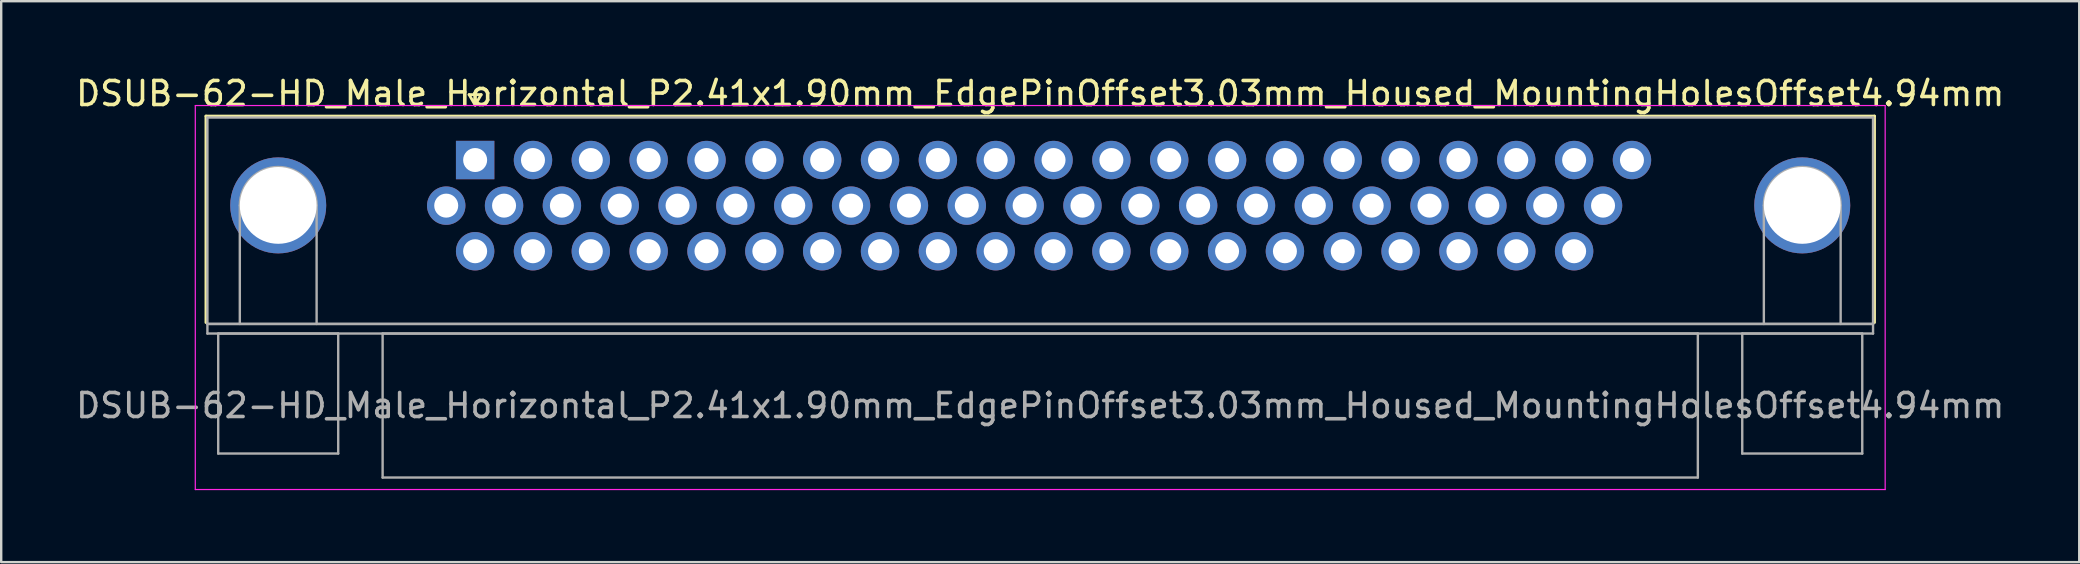
<source format=kicad_pcb>
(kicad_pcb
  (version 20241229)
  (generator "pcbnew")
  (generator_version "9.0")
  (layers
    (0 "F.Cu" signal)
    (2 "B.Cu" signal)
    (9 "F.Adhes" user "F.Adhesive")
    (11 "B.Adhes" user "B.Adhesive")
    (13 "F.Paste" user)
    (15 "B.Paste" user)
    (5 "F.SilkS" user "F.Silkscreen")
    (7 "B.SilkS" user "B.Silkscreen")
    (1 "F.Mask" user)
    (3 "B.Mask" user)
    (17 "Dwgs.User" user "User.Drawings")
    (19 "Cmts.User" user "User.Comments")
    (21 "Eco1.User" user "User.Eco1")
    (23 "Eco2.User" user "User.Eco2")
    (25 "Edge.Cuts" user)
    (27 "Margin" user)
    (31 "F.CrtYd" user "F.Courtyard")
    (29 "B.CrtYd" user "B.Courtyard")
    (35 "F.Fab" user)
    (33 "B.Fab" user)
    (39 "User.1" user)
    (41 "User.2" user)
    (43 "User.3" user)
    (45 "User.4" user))
  (footprint "DSUB-62-HD_Male_Horizontal_P2.41x1.90mm_EdgePinOffset3.03mm_Housed_MountingHolesOffset4.94mm"
    (layer "F.Cu")
    (at 16.747 3.618)
    (property "Reference" "DSUB-62-HD_Male_Horizontal_P2.41x1.90mm_EdgePinOffset3.03mm_Housed_MountingHolesOffset4.94mm" (at 23.545 -2.77 0) (layer "F.SilkS") (effects (font (size 1 1) (thickness 0.15))))
    (attr through_hole)
    (fp_line (start -11.215 -1.83) (end 58.305 -1.83) (stroke (width 0.12) (type solid)) (layer "F.SilkS"))
    (fp_line (start -11.215 6.77) (end -11.215 -1.83) (stroke (width 0.12) (type solid)) (layer "F.SilkS"))
    (fp_line (start -0.25 -2.724) (end 0.25 -2.724) (stroke (width 0.12) (type solid)) (layer "F.SilkS"))
    (fp_line (start 0 -2.291) (end -0.25 -2.724) (stroke (width 0.12) (type solid)) (layer "F.SilkS"))
    (fp_line (start 0.25 -2.724) (end 0 -2.291) (stroke (width 0.12) (type solid)) (layer "F.SilkS"))
    (fp_line (start 58.305 -1.83) (end 58.305 6.77) (stroke (width 0.12) (type solid)) (layer "F.SilkS"))
    (fp_line (start -11.66 -2.27) (end -11.66 13.73) (stroke (width 0.05) (type solid)) (layer "F.CrtYd"))
    (fp_line (start -11.66 13.73) (end 58.75 13.73) (stroke (width 0.05) (type solid)) (layer "F.CrtYd"))
    (fp_line (start 58.75 -2.27) (end -11.66 -2.27) (stroke (width 0.05) (type solid)) (layer "F.CrtYd"))
    (fp_line (start 58.75 13.73) (end 58.75 -2.27) (stroke (width 0.05) (type solid)) (layer "F.CrtYd"))
    (fp_line (start -11.155 -1.77) (end -11.155 6.83) (stroke (width 0.1) (type solid)) (layer "F.Fab"))
    (fp_line (start -11.155 6.83) (end -11.155 7.23) (stroke (width 0.1) (type solid)) (layer "F.Fab"))
    (fp_line (start -11.155 6.83) (end 58.245 6.83) (stroke (width 0.1) (type solid)) (layer "F.Fab"))
    (fp_line (start -11.155 7.23) (end 58.245 7.23) (stroke (width 0.1) (type solid)) (layer "F.Fab"))
    (fp_line (start -10.705 7.23) (end -10.705 12.23) (stroke (width 0.1) (type solid)) (layer "F.Fab"))
    (fp_line (start -10.705 12.23) (end -5.705 12.23) (stroke (width 0.1) (type solid)) (layer "F.Fab"))
    (fp_line (start -9.805 6.83) (end -9.805 1.89) (stroke (width 0.1) (type solid)) (layer "F.Fab"))
    (fp_line (start -6.605 6.83) (end -6.605 1.89) (stroke (width 0.1) (type solid)) (layer "F.Fab"))
    (fp_line (start -5.705 7.23) (end -10.705 7.23) (stroke (width 0.1) (type solid)) (layer "F.Fab"))
    (fp_line (start -5.705 12.23) (end -5.705 7.23) (stroke (width 0.1) (type solid)) (layer "F.Fab"))
    (fp_line (start -3.855 7.23) (end -3.855 13.23) (stroke (width 0.1) (type solid)) (layer "F.Fab"))
    (fp_line (start -3.855 13.23) (end 50.945 13.23) (stroke (width 0.1) (type solid)) (layer "F.Fab"))
    (fp_line (start 50.945 7.23) (end -3.855 7.23) (stroke (width 0.1) (type solid)) (layer "F.Fab"))
    (fp_line (start 50.945 13.23) (end 50.945 7.23) (stroke (width 0.1) (type solid)) (layer "F.Fab"))
    (fp_line (start 52.795 7.23) (end 52.795 12.23) (stroke (width 0.1) (type solid)) (layer "F.Fab"))
    (fp_line (start 52.795 12.23) (end 57.795 12.23) (stroke (width 0.1) (type solid)) (layer "F.Fab"))
    (fp_line (start 53.695 6.83) (end 53.695 1.89) (stroke (width 0.1) (type solid)) (layer "F.Fab"))
    (fp_line (start 56.895 6.83) (end 56.895 1.89) (stroke (width 0.1) (type solid)) (layer "F.Fab"))
    (fp_line (start 57.795 7.23) (end 52.795 7.23) (stroke (width 0.1) (type solid)) (layer "F.Fab"))
    (fp_line (start 57.795 12.23) (end 57.795 7.23) (stroke (width 0.1) (type solid)) (layer "F.Fab"))
    (fp_line (start 58.245 -1.77) (end -11.155 -1.77) (stroke (width 0.1) (type solid)) (layer "F.Fab"))
    (fp_line (start 58.245 6.83) (end -11.155 6.83) (stroke (width 0.1) (type solid)) (layer "F.Fab"))
    (fp_line (start 58.245 6.83) (end 58.245 -1.77) (stroke (width 0.1) (type solid)) (layer "F.Fab"))
    (fp_line (start 58.245 7.23) (end 58.245 6.83) (stroke (width 0.1) (type solid)) (layer "F.Fab"))
    (fp_arc (start -9.805 1.89) (mid -8.205 0.29) (end -6.605 1.89) (stroke (width 0.1) (type solid)) (layer "F.Fab"))
    (fp_arc (start 53.695 1.89) (mid 55.295 0.29) (end 56.895 1.89) (stroke (width 0.1) (type solid)) (layer "F.Fab"))
    (fp_text user "${REFERENCE}" (at 23.545 10.23 0) (layer "F.Fab") (effects (font (size 1 1) (thickness 0.15))))
    (pad "0" thru_hole circle (at -8.205 1.89) (size 4 4) (drill 3.2) (layers "*.Cu" "*.Mask"))
    (pad "0" thru_hole circle (at 55.295 1.89) (size 4 4) (drill 3.2) (layers "*.Cu" "*.Mask"))
    (pad "1" thru_hole rect (at 0 0) (size 1.6 1.6) (drill 1) (layers "*.Cu" "*.Mask"))
    (pad "2" thru_hole circle (at 2.41 0) (size 1.6 1.6) (drill 1) (layers "*.Cu" "*.Mask"))
    (pad "3" thru_hole circle (at 4.82 0) (size 1.6 1.6) (drill 1) (layers "*.Cu" "*.Mask"))
    (pad "4" thru_hole circle (at 7.23 0) (size 1.6 1.6) (drill 1) (layers "*.Cu" "*.Mask"))
    (pad "5" thru_hole circle (at 9.64 0) (size 1.6 1.6) (drill 1) (layers "*.Cu" "*.Mask"))
    (pad "6" thru_hole circle (at 12.05 0) (size 1.6 1.6) (drill 1) (layers "*.Cu" "*.Mask"))
    (pad "7" thru_hole circle (at 14.46 0) (size 1.6 1.6) (drill 1) (layers "*.Cu" "*.Mask"))
    (pad "8" thru_hole circle (at 16.87 0) (size 1.6 1.6) (drill 1) (layers "*.Cu" "*.Mask"))
    (pad "9" thru_hole circle (at 19.28 0) (size 1.6 1.6) (drill 1) (layers "*.Cu" "*.Mask"))
    (pad "10" thru_hole circle (at 21.69 0) (size 1.6 1.6) (drill 1) (layers "*.Cu" "*.Mask"))
    (pad "11" thru_hole circle (at 24.1 0) (size 1.6 1.6) (drill 1) (layers "*.Cu" "*.Mask"))
    (pad "12" thru_hole circle (at 26.51 0) (size 1.6 1.6) (drill 1) (layers "*.Cu" "*.Mask"))
    (pad "13" thru_hole circle (at 28.92 0) (size 1.6 1.6) (drill 1) (layers "*.Cu" "*.Mask"))
    (pad "14" thru_hole circle (at 31.33 0) (size 1.6 1.6) (drill 1) (layers "*.Cu" "*.Mask"))
    (pad "15" thru_hole circle (at 33.74 0) (size 1.6 1.6) (drill 1) (layers "*.Cu" "*.Mask"))
    (pad "16" thru_hole circle (at 36.15 0) (size 1.6 1.6) (drill 1) (layers "*.Cu" "*.Mask"))
    (pad "17" thru_hole circle (at 38.56 0) (size 1.6 1.6) (drill 1) (layers "*.Cu" "*.Mask"))
    (pad "18" thru_hole circle (at 40.97 0) (size 1.6 1.6) (drill 1) (layers "*.Cu" "*.Mask"))
    (pad "19" thru_hole circle (at 43.38 0) (size 1.6 1.6) (drill 1) (layers "*.Cu" "*.Mask"))
    (pad "20" thru_hole circle (at 45.79 0) (size 1.6 1.6) (drill 1) (layers "*.Cu" "*.Mask"))
    (pad "21" thru_hole circle (at 48.2 0) (size 1.6 1.6) (drill 1) (layers "*.Cu" "*.Mask"))
    (pad "22" thru_hole circle (at -1.205 1.9) (size 1.6 1.6) (drill 1) (layers "*.Cu" "*.Mask"))
    (pad "23" thru_hole circle (at 1.205 1.9) (size 1.6 1.6) (drill 1) (layers "*.Cu" "*.Mask"))
    (pad "24" thru_hole circle (at 3.615 1.9) (size 1.6 1.6) (drill 1) (layers "*.Cu" "*.Mask"))
    (pad "25" thru_hole circle (at 6.025 1.9) (size 1.6 1.6) (drill 1) (layers "*.Cu" "*.Mask"))
    (pad "26" thru_hole circle (at 8.435 1.9) (size 1.6 1.6) (drill 1) (layers "*.Cu" "*.Mask"))
    (pad "27" thru_hole circle (at 10.845 1.9) (size 1.6 1.6) (drill 1) (layers "*.Cu" "*.Mask"))
    (pad "28" thru_hole circle (at 13.255 1.9) (size 1.6 1.6) (drill 1) (layers "*.Cu" "*.Mask"))
    (pad "29" thru_hole circle (at 15.665 1.9) (size 1.6 1.6) (drill 1) (layers "*.Cu" "*.Mask"))
    (pad "30" thru_hole circle (at 18.075 1.9) (size 1.6 1.6) (drill 1) (layers "*.Cu" "*.Mask"))
    (pad "31" thru_hole circle (at 20.485 1.9) (size 1.6 1.6) (drill 1) (layers "*.Cu" "*.Mask"))
    (pad "32" thru_hole circle (at 22.895 1.9) (size 1.6 1.6) (drill 1) (layers "*.Cu" "*.Mask"))
    (pad "33" thru_hole circle (at 25.305 1.9) (size 1.6 1.6) (drill 1) (layers "*.Cu" "*.Mask"))
    (pad "34" thru_hole circle (at 27.715 1.9) (size 1.6 1.6) (drill 1) (layers "*.Cu" "*.Mask"))
    (pad "35" thru_hole circle (at 30.125 1.9) (size 1.6 1.6) (drill 1) (layers "*.Cu" "*.Mask"))
    (pad "36" thru_hole circle (at 32.535 1.9) (size 1.6 1.6) (drill 1) (layers "*.Cu" "*.Mask"))
    (pad "37" thru_hole circle (at 34.945 1.9) (size 1.6 1.6) (drill 1) (layers "*.Cu" "*.Mask"))
    (pad "38" thru_hole circle (at 37.355 1.9) (size 1.6 1.6) (drill 1) (layers "*.Cu" "*.Mask"))
    (pad "39" thru_hole circle (at 39.765 1.9) (size 1.6 1.6) (drill 1) (layers "*.Cu" "*.Mask"))
    (pad "40" thru_hole circle (at 42.175 1.9) (size 1.6 1.6) (drill 1) (layers "*.Cu" "*.Mask"))
    (pad "41" thru_hole circle (at 44.585 1.9) (size 1.6 1.6) (drill 1) (layers "*.Cu" "*.Mask"))
    (pad "42" thru_hole circle (at 46.995 1.9) (size 1.6 1.6) (drill 1) (layers "*.Cu" "*.Mask"))
    (pad "43" thru_hole circle (at 0 3.8) (size 1.6 1.6) (drill 1) (layers "*.Cu" "*.Mask"))
    (pad "44" thru_hole circle (at 2.41 3.8) (size 1.6 1.6) (drill 1) (layers "*.Cu" "*.Mask"))
    (pad "45" thru_hole circle (at 4.82 3.8) (size 1.6 1.6) (drill 1) (layers "*.Cu" "*.Mask"))
    (pad "46" thru_hole circle (at 7.23 3.8) (size 1.6 1.6) (drill 1) (layers "*.Cu" "*.Mask"))
    (pad "47" thru_hole circle (at 9.64 3.8) (size 1.6 1.6) (drill 1) (layers "*.Cu" "*.Mask"))
    (pad "48" thru_hole circle (at 12.05 3.8) (size 1.6 1.6) (drill 1) (layers "*.Cu" "*.Mask"))
    (pad "49" thru_hole circle (at 14.46 3.8) (size 1.6 1.6) (drill 1) (layers "*.Cu" "*.Mask"))
    (pad "50" thru_hole circle (at 16.87 3.8) (size 1.6 1.6) (drill 1) (layers "*.Cu" "*.Mask"))
    (pad "51" thru_hole circle (at 19.28 3.8) (size 1.6 1.6) (drill 1) (layers "*.Cu" "*.Mask"))
    (pad "52" thru_hole circle (at 21.69 3.8) (size 1.6 1.6) (drill 1) (layers "*.Cu" "*.Mask"))
    (pad "53" thru_hole circle (at 24.1 3.8) (size 1.6 1.6) (drill 1) (layers "*.Cu" "*.Mask"))
    (pad "54" thru_hole circle (at 26.51 3.8) (size 1.6 1.6) (drill 1) (layers "*.Cu" "*.Mask"))
    (pad "55" thru_hole circle (at 28.92 3.8) (size 1.6 1.6) (drill 1) (layers "*.Cu" "*.Mask"))
    (pad "56" thru_hole circle (at 31.33 3.8) (size 1.6 1.6) (drill 1) (layers "*.Cu" "*.Mask"))
    (pad "57" thru_hole circle (at 33.74 3.8) (size 1.6 1.6) (drill 1) (layers "*.Cu" "*.Mask"))
    (pad "58" thru_hole circle (at 36.15 3.8) (size 1.6 1.6) (drill 1) (layers "*.Cu" "*.Mask"))
    (pad "59" thru_hole circle (at 38.56 3.8) (size 1.6 1.6) (drill 1) (layers "*.Cu" "*.Mask"))
    (pad "60" thru_hole circle (at 40.97 3.8) (size 1.6 1.6) (drill 1) (layers "*.Cu" "*.Mask"))
    (pad "61" thru_hole circle (at 43.38 3.8) (size 1.6 1.6) (drill 1) (layers "*.Cu" "*.Mask"))
    (pad "62" thru_hole circle (at 45.79 3.8) (size 1.6 1.6) (drill 1) (layers "*.Cu" "*.Mask")))
  (gr_rect
    (start -3 -3)
    (end 83.583 20.373)
    (stroke (width 0.1) (type default))
    (fill no)
    (layer "Edge.Cuts")))
</source>
